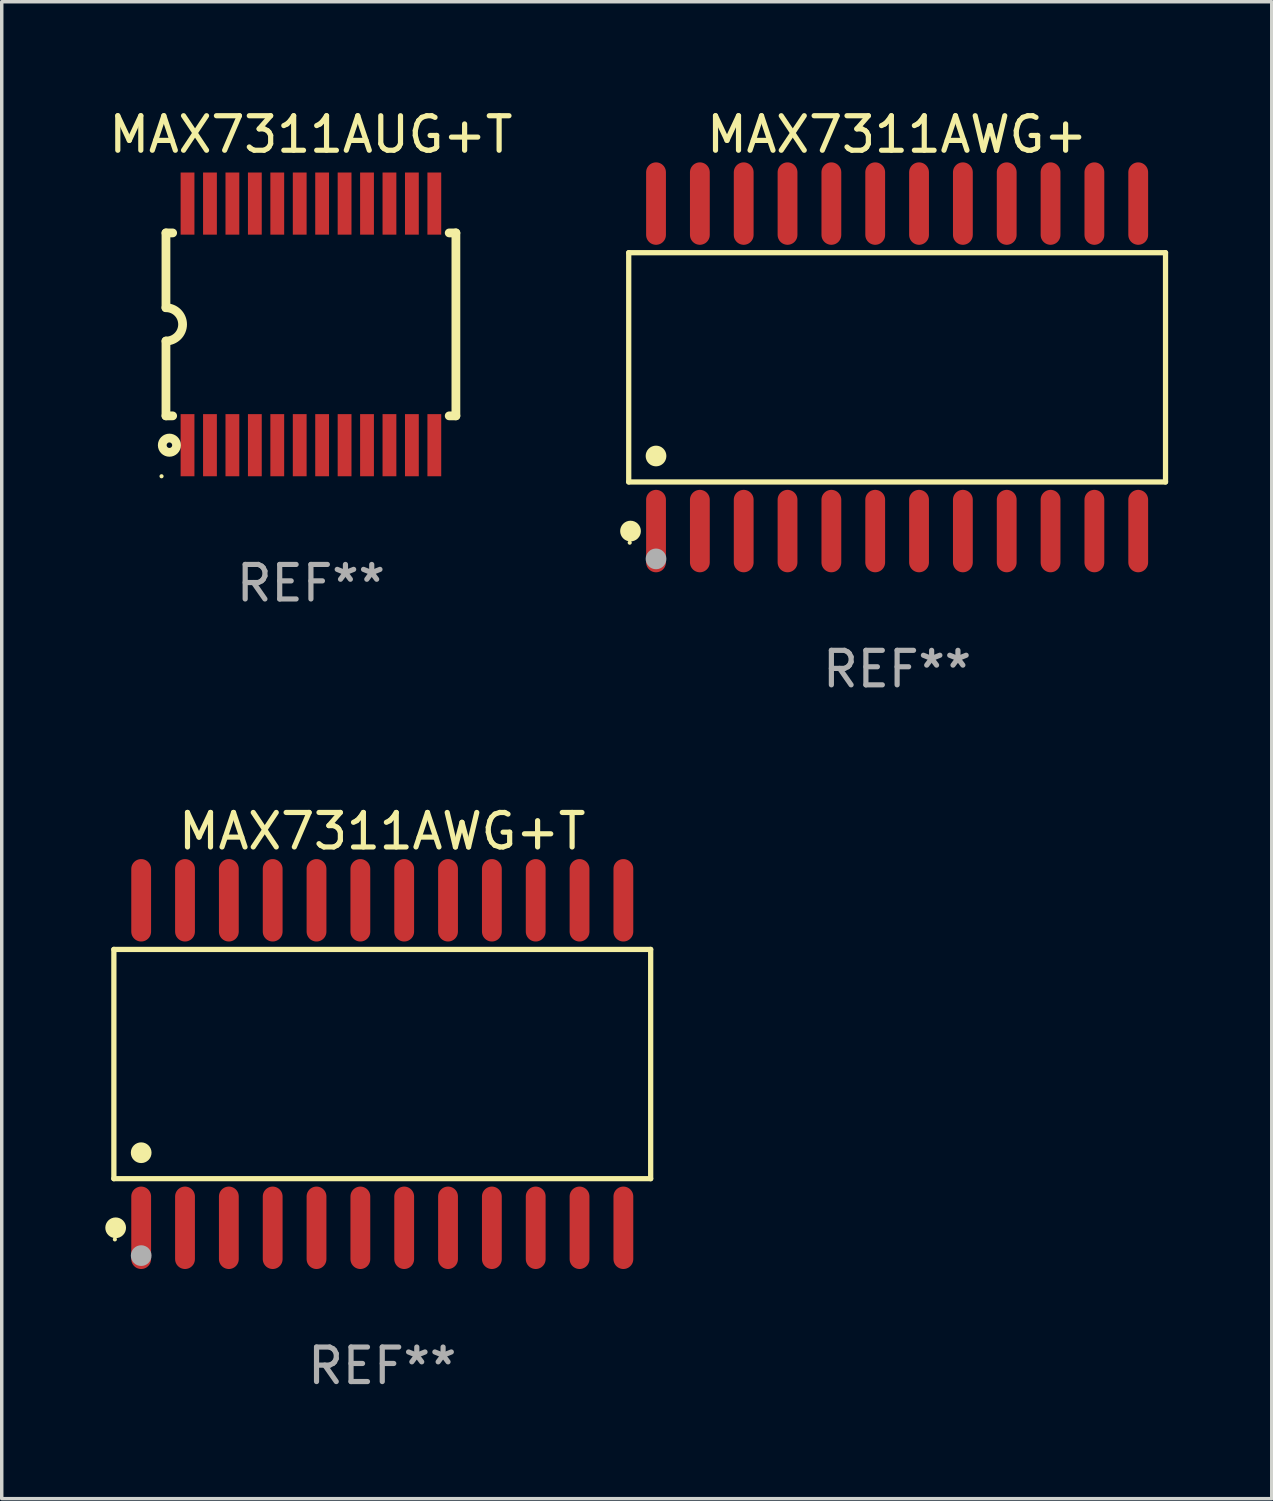
<source format=kicad_pcb>
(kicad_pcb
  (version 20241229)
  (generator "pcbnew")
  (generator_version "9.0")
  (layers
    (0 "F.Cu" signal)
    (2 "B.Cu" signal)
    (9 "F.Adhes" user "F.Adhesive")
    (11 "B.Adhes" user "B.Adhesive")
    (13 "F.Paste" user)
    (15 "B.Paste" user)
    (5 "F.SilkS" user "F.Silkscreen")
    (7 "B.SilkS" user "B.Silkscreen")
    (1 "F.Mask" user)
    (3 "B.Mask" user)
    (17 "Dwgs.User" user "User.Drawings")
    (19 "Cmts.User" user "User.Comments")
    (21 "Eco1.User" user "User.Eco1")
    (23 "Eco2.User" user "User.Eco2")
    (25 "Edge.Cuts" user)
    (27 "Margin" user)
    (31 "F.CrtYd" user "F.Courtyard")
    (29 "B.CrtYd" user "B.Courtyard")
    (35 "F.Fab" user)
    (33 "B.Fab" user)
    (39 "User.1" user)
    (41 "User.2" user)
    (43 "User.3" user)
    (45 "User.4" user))
  (footprint "MAX7311AWG+T"
    (layer "F.Cu")
    (at 8.025 27.777)
    (property "Reference" "MAX7311AWG+T" (at 0 -6.744 0) (layer "F.SilkS") (effects (font (size 1 1) (thickness 0.15))))
    (attr through_hole)
    (fp_line (start -7.776 -3.321) (end 7.776 -3.321) (stroke (width 0.152) (type solid)) (layer "F.SilkS"))
    (fp_line (start -7.776 3.321) (end -7.776 -3.321) (stroke (width 0.152) (type solid)) (layer "F.SilkS"))
    (fp_line (start 7.776 -3.321) (end 7.776 3.321) (stroke (width 0.152) (type solid)) (layer "F.SilkS"))
    (fp_line (start 7.776 3.321) (end -7.776 3.321) (stroke (width 0.152) (type solid)) (layer "F.SilkS"))
    (fp_circle (center -7.747 5.08) (end -7.717 5.08) (stroke (width 0.06) (type solid)) (fill no) (layer "F.SilkS"))
    (fp_circle (center -7.724 4.744) (end -7.574 4.744) (stroke (width 0.3) (type solid)) (fill no) (layer "F.SilkS"))
    (fp_circle (center -6.985 2.569) (end -6.835 2.569) (stroke (width 0.3) (type solid)) (fill no) (layer "F.SilkS"))
    (fp_circle (center -6.985 5.55) (end -6.835 5.55) (stroke (width 0.3) (type solid)) (fill no) (layer "F.Fab"))
    (fp_text user "REF**" (at 0 8.744 0) (layer "F.Fab") (effects (font (size 1 1) (thickness 0.15))))
    (pad "1" smd oval (at -6.985 4.744) (size 0.574 2.388) (layers "F.Cu" "F.Mask" "F.Paste"))
    (pad "2" smd oval (at -5.715 4.744) (size 0.574 2.388) (layers "F.Cu" "F.Mask" "F.Paste"))
    (pad "3" smd oval (at -4.445 4.744) (size 0.574 2.388) (layers "F.Cu" "F.Mask" "F.Paste"))
    (pad "4" smd oval (at -3.175 4.744) (size 0.574 2.388) (layers "F.Cu" "F.Mask" "F.Paste"))
    (pad "5" smd oval (at -1.905 4.744) (size 0.574 2.388) (layers "F.Cu" "F.Mask" "F.Paste"))
    (pad "6" smd oval (at -0.635 4.744) (size 0.574 2.388) (layers "F.Cu" "F.Mask" "F.Paste"))
    (pad "7" smd oval (at 0.635 4.744) (size 0.574 2.388) (layers "F.Cu" "F.Mask" "F.Paste"))
    (pad "8" smd oval (at 1.905 4.744) (size 0.574 2.388) (layers "F.Cu" "F.Mask" "F.Paste"))
    (pad "9" smd oval (at 3.175 4.744) (size 0.574 2.388) (layers "F.Cu" "F.Mask" "F.Paste"))
    (pad "10" smd oval (at 4.445 4.744) (size 0.574 2.388) (layers "F.Cu" "F.Mask" "F.Paste"))
    (pad "11" smd oval (at 5.715 4.744) (size 0.574 2.388) (layers "F.Cu" "F.Mask" "F.Paste"))
    (pad "12" smd oval (at 6.985 4.744) (size 0.574 2.388) (layers "F.Cu" "F.Mask" "F.Paste"))
    (pad "13" smd oval (at 6.985 -4.744) (size 0.574 2.388) (layers "F.Cu" "F.Mask" "F.Paste"))
    (pad "14" smd oval (at 5.715 -4.744) (size 0.574 2.388) (layers "F.Cu" "F.Mask" "F.Paste"))
    (pad "15" smd oval (at 4.445 -4.744) (size 0.574 2.388) (layers "F.Cu" "F.Mask" "F.Paste"))
    (pad "16" smd oval (at 3.175 -4.744) (size 0.574 2.388) (layers "F.Cu" "F.Mask" "F.Paste"))
    (pad "17" smd oval (at 1.905 -4.744) (size 0.574 2.388) (layers "F.Cu" "F.Mask" "F.Paste"))
    (pad "18" smd oval (at 0.635 -4.744) (size 0.574 2.388) (layers "F.Cu" "F.Mask" "F.Paste"))
    (pad "19" smd oval (at -0.635 -4.744) (size 0.574 2.388) (layers "F.Cu" "F.Mask" "F.Paste"))
    (pad "20" smd oval (at -1.905 -4.744) (size 0.574 2.388) (layers "F.Cu" "F.Mask" "F.Paste"))
    (pad "21" smd oval (at -3.175 -4.744) (size 0.574 2.388) (layers "F.Cu" "F.Mask" "F.Paste"))
    (pad "22" smd oval (at -4.445 -4.744) (size 0.574 2.388) (layers "F.Cu" "F.Mask" "F.Paste"))
    (pad "23" smd oval (at -5.715 -4.744) (size 0.574 2.388) (layers "F.Cu" "F.Mask" "F.Paste"))
    (pad "24" smd oval (at -6.985 -4.744) (size 0.574 2.388) (layers "F.Cu" "F.Mask" "F.Paste")))
  (footprint "MAX7311AUG+T"
    (layer "F.Cu")
    (at 5.958 6.348)
    (property "Reference" "MAX7311AUG+T" (at 0 -5.5 0) (layer "F.SilkS") (effects (font (size 1 1) (thickness 0.15))))
    (attr through_hole)
    (fp_line (start -4.2 -2.65) (end -4.006 -2.65) (stroke (width 0.254) (type solid)) (layer "F.SilkS"))
    (fp_line (start -4.2 -0.483) (end -4.2 -2.65) (stroke (width 0.254) (type solid)) (layer "F.SilkS"))
    (fp_line (start -4.2 2.65) (end -4.2 0.483) (stroke (width 0.254) (type solid)) (layer "F.SilkS"))
    (fp_line (start -4.2 2.65) (end -4.006 2.65) (stroke (width 0.254) (type solid)) (layer "F.SilkS"))
    (fp_line (start 4.006 -2.65) (end 4.2 -2.65) (stroke (width 0.254) (type solid)) (layer "F.SilkS"))
    (fp_line (start 4.006 2.65) (end 4.2 2.65) (stroke (width 0.254) (type solid)) (layer "F.SilkS"))
    (fp_line (start 4.2 -2.65) (end 4.2 2.65) (stroke (width 0.254) (type solid)) (layer "F.SilkS"))
    (fp_arc (start -4.201168 -0.4826) (mid -3.718568 -0.000583) (end -4.2 0.482601) (stroke (width 0.254001) (type solid)) (layer "F.SilkS"))
    (fp_circle (center -4.328 4.4) (end -4.298 4.4) (stroke (width 0.06) (type solid)) (fill no) (layer "F.SilkS"))
    (fp_circle (center -4.1 3.5) (end -4.02 3.5) (stroke (width 0.254) (type solid)) (fill no) (layer "F.SilkS"))
    (fp_text user "REF**" (at 0 7.5 0) (layer "F.Fab") (effects (font (size 1 1) (thickness 0.15))))
    (pad "1" smd rect (at -3.575 3.5 90) (size 1.8 0.4) (layers "F.Cu" "F.Mask" "F.Paste"))
    (pad "2" smd rect (at -2.925 3.5 90) (size 1.8 0.4) (layers "F.Cu" "F.Mask" "F.Paste"))
    (pad "3" smd rect (at -2.275 3.5 90) (size 1.8 0.4) (layers "F.Cu" "F.Mask" "F.Paste"))
    (pad "4" smd rect (at -1.625 3.5 90) (size 1.8 0.4) (layers "F.Cu" "F.Mask" "F.Paste"))
    (pad "5" smd rect (at -0.975 3.5 90) (size 1.8 0.4) (layers "F.Cu" "F.Mask" "F.Paste"))
    (pad "6" smd rect (at -0.325 3.5 90) (size 1.8 0.4) (layers "F.Cu" "F.Mask" "F.Paste"))
    (pad "7" smd rect (at 0.325 3.5 90) (size 1.8 0.4) (layers "F.Cu" "F.Mask" "F.Paste"))
    (pad "8" smd rect (at 0.975 3.5 90) (size 1.8 0.4) (layers "F.Cu" "F.Mask" "F.Paste"))
    (pad "9" smd rect (at 1.625 3.5 90) (size 1.8 0.4) (layers "F.Cu" "F.Mask" "F.Paste"))
    (pad "10" smd rect (at 2.275 3.5 90) (size 1.8 0.4) (layers "F.Cu" "F.Mask" "F.Paste"))
    (pad "11" smd rect (at 2.925 3.5 90) (size 1.8 0.4) (layers "F.Cu" "F.Mask" "F.Paste"))
    (pad "12" smd rect (at 3.575 3.5 90) (size 1.8 0.4) (layers "F.Cu" "F.Mask" "F.Paste"))
    (pad "13" smd rect (at 3.575 -3.5 90) (size 1.8 0.4) (layers "F.Cu" "F.Mask" "F.Paste"))
    (pad "14" smd rect (at 2.925 -3.5 90) (size 1.8 0.4) (layers "F.Cu" "F.Mask" "F.Paste"))
    (pad "15" smd rect (at 2.275 -3.5 90) (size 1.8 0.4) (layers "F.Cu" "F.Mask" "F.Paste"))
    (pad "16" smd rect (at 1.625 -3.5 90) (size 1.8 0.4) (layers "F.Cu" "F.Mask" "F.Paste"))
    (pad "17" smd rect (at 0.975 -3.5 90) (size 1.8 0.4) (layers "F.Cu" "F.Mask" "F.Paste"))
    (pad "18" smd rect (at 0.325 -3.5 90) (size 1.8 0.4) (layers "F.Cu" "F.Mask" "F.Paste"))
    (pad "19" smd rect (at -0.325 -3.5 90) (size 1.8 0.4) (layers "F.Cu" "F.Mask" "F.Paste"))
    (pad "20" smd rect (at -0.975 -3.5 90) (size 1.8 0.4) (layers "F.Cu" "F.Mask" "F.Paste"))
    (pad "21" smd rect (at -1.625 -3.5 90) (size 1.8 0.4) (layers "F.Cu" "F.Mask" "F.Paste"))
    (pad "22" smd rect (at -2.275 -3.5 90) (size 1.8 0.4) (layers "F.Cu" "F.Mask" "F.Paste"))
    (pad "23" smd rect (at -2.925 -3.5 90) (size 1.8 0.4) (layers "F.Cu" "F.Mask" "F.Paste"))
    (pad "24" smd rect (at -3.575 -3.5 90) (size 1.8 0.4) (layers "F.Cu" "F.Mask" "F.Paste")))
  (footprint "MAX7311AWG+"
    (layer "F.Cu")
    (at 22.941 7.592)
    (property "Reference" "MAX7311AWG+" (at 0 -6.744 0) (layer "F.SilkS") (effects (font (size 1 1) (thickness 0.15))))
    (attr through_hole)
    (fp_line (start -7.776 -3.321) (end 7.776 -3.321) (stroke (width 0.152) (type solid)) (layer "F.SilkS"))
    (fp_line (start -7.776 3.321) (end -7.776 -3.321) (stroke (width 0.152) (type solid)) (layer "F.SilkS"))
    (fp_line (start 7.776 -3.321) (end 7.776 3.321) (stroke (width 0.152) (type solid)) (layer "F.SilkS"))
    (fp_line (start 7.776 3.321) (end -7.776 3.321) (stroke (width 0.152) (type solid)) (layer "F.SilkS"))
    (fp_circle (center -7.747 5.08) (end -7.717 5.08) (stroke (width 0.06) (type solid)) (fill no) (layer "F.SilkS"))
    (fp_circle (center -7.724 4.744) (end -7.574 4.744) (stroke (width 0.3) (type solid)) (fill no) (layer "F.SilkS"))
    (fp_circle (center -6.985 2.569) (end -6.835 2.569) (stroke (width 0.3) (type solid)) (fill no) (layer "F.SilkS"))
    (fp_circle (center -6.985 5.55) (end -6.835 5.55) (stroke (width 0.3) (type solid)) (fill no) (layer "F.Fab"))
    (fp_text user "REF**" (at 0 8.744 0) (layer "F.Fab") (effects (font (size 1 1) (thickness 0.15))))
    (pad "1" smd oval (at -6.985 4.744) (size 0.574 2.388) (layers "F.Cu" "F.Mask" "F.Paste"))
    (pad "2" smd oval (at -5.715 4.744) (size 0.574 2.388) (layers "F.Cu" "F.Mask" "F.Paste"))
    (pad "3" smd oval (at -4.445 4.744) (size 0.574 2.388) (layers "F.Cu" "F.Mask" "F.Paste"))
    (pad "4" smd oval (at -3.175 4.744) (size 0.574 2.388) (layers "F.Cu" "F.Mask" "F.Paste"))
    (pad "5" smd oval (at -1.905 4.744) (size 0.574 2.388) (layers "F.Cu" "F.Mask" "F.Paste"))
    (pad "6" smd oval (at -0.635 4.744) (size 0.574 2.388) (layers "F.Cu" "F.Mask" "F.Paste"))
    (pad "7" smd oval (at 0.635 4.744) (size 0.574 2.388) (layers "F.Cu" "F.Mask" "F.Paste"))
    (pad "8" smd oval (at 1.905 4.744) (size 0.574 2.388) (layers "F.Cu" "F.Mask" "F.Paste"))
    (pad "9" smd oval (at 3.175 4.744) (size 0.574 2.388) (layers "F.Cu" "F.Mask" "F.Paste"))
    (pad "10" smd oval (at 4.445 4.744) (size 0.574 2.388) (layers "F.Cu" "F.Mask" "F.Paste"))
    (pad "11" smd oval (at 5.715 4.744) (size 0.574 2.388) (layers "F.Cu" "F.Mask" "F.Paste"))
    (pad "12" smd oval (at 6.985 4.744) (size 0.574 2.388) (layers "F.Cu" "F.Mask" "F.Paste"))
    (pad "13" smd oval (at 6.985 -4.744) (size 0.574 2.388) (layers "F.Cu" "F.Mask" "F.Paste"))
    (pad "14" smd oval (at 5.715 -4.744) (size 0.574 2.388) (layers "F.Cu" "F.Mask" "F.Paste"))
    (pad "15" smd oval (at 4.445 -4.744) (size 0.574 2.388) (layers "F.Cu" "F.Mask" "F.Paste"))
    (pad "16" smd oval (at 3.175 -4.744) (size 0.574 2.388) (layers "F.Cu" "F.Mask" "F.Paste"))
    (pad "17" smd oval (at 1.905 -4.744) (size 0.574 2.388) (layers "F.Cu" "F.Mask" "F.Paste"))
    (pad "18" smd oval (at 0.635 -4.744) (size 0.574 2.388) (layers "F.Cu" "F.Mask" "F.Paste"))
    (pad "19" smd oval (at -0.635 -4.744) (size 0.574 2.388) (layers "F.Cu" "F.Mask" "F.Paste"))
    (pad "20" smd oval (at -1.905 -4.744) (size 0.574 2.388) (layers "F.Cu" "F.Mask" "F.Paste"))
    (pad "21" smd oval (at -3.175 -4.744) (size 0.574 2.388) (layers "F.Cu" "F.Mask" "F.Paste"))
    (pad "22" smd oval (at -4.445 -4.744) (size 0.574 2.388) (layers "F.Cu" "F.Mask" "F.Paste"))
    (pad "23" smd oval (at -5.715 -4.744) (size 0.574 2.388) (layers "F.Cu" "F.Mask" "F.Paste"))
    (pad "24" smd oval (at -6.985 -4.744) (size 0.574 2.388) (layers "F.Cu" "F.Mask" "F.Paste")))
  (gr_rect
    (start -3 -3)
    (end 33.794 40.369)
    (stroke (width 0.1) (type default))
    (fill no)
    (layer "Edge.Cuts")))
</source>
